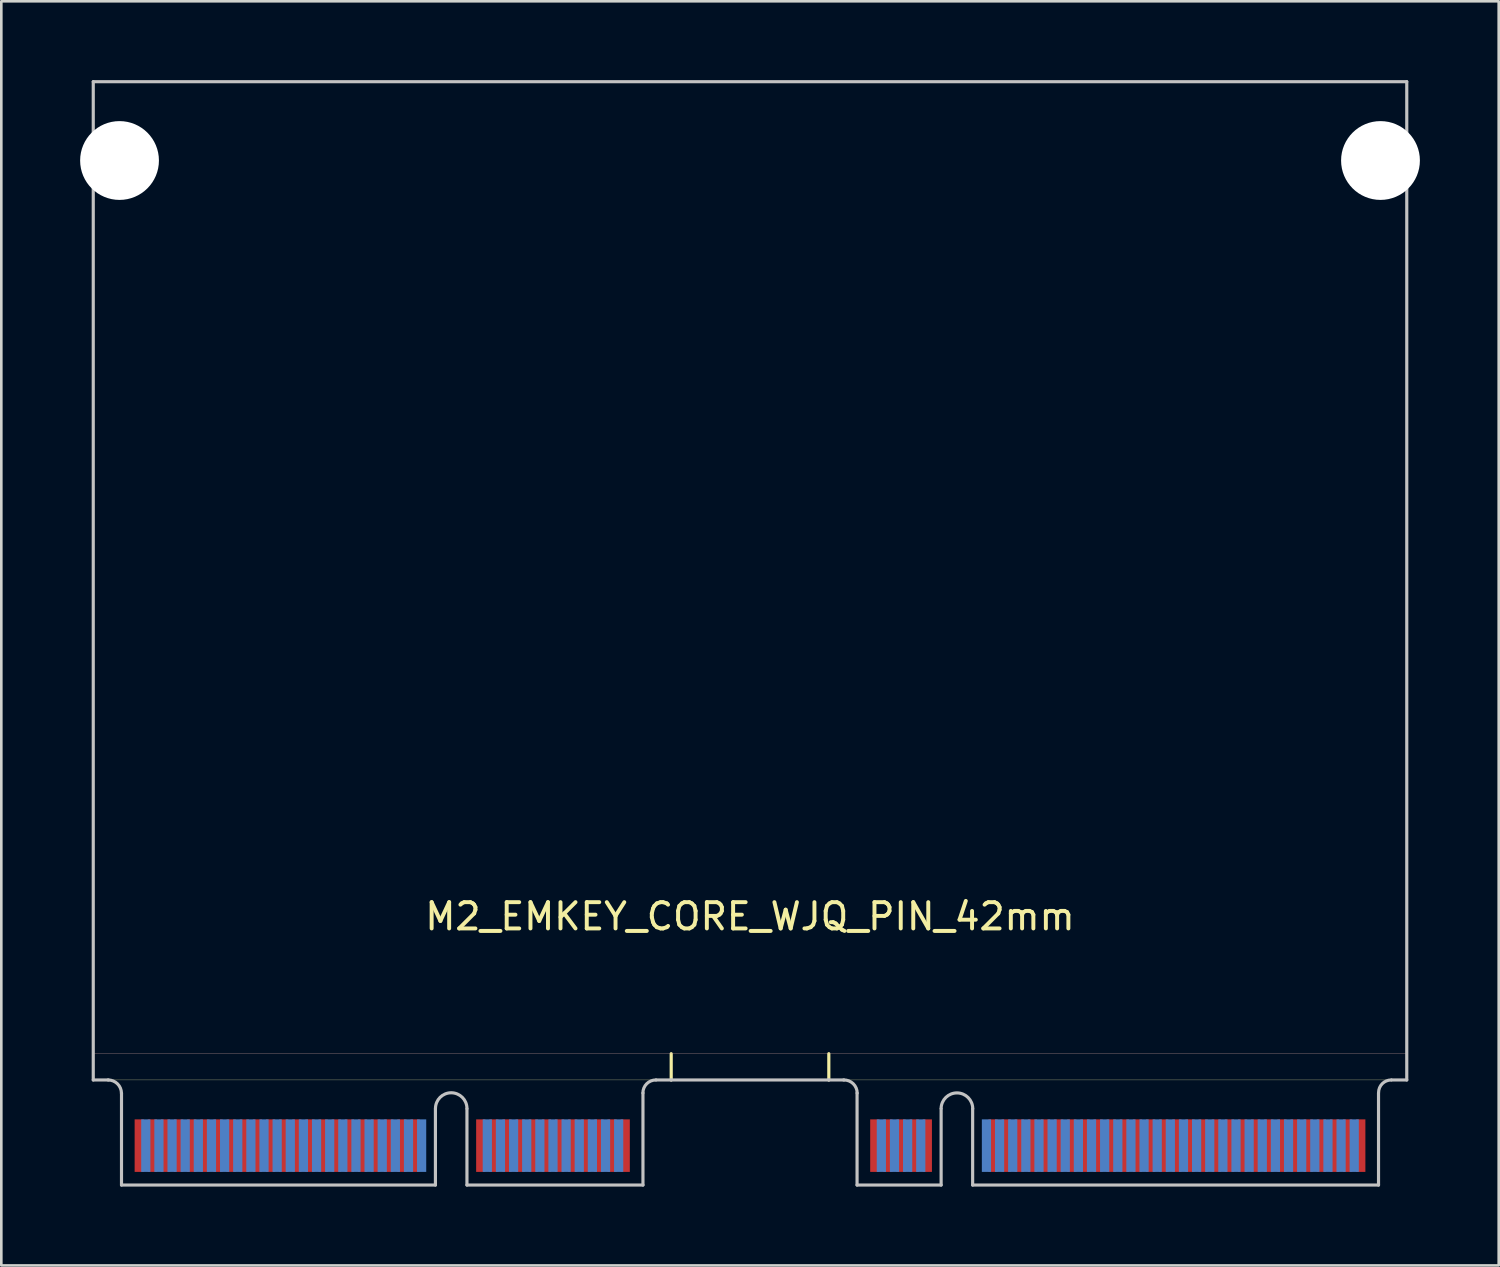
<source format=kicad_pcb>
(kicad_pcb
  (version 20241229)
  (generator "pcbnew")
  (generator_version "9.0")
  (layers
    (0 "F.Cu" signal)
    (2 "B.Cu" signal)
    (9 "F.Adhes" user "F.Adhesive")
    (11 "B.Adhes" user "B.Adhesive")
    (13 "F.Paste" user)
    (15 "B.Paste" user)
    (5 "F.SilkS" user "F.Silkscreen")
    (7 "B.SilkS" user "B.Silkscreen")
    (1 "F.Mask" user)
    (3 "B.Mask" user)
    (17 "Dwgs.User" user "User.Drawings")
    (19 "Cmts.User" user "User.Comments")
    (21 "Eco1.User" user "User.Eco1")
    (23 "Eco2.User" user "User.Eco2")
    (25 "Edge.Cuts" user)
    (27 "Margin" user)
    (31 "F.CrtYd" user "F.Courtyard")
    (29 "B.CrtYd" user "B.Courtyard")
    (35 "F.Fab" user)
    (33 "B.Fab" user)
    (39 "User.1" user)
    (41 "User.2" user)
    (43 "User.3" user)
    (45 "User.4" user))
  (footprint "M2_EMKEY_CORE_WJQ_PIN_42mm"
    (layer "F.Cu")
    (at 25.5 38.06)
    (property "Reference" "M2_EMKEY_CORE_WJQ_PIN_42mm" (at 0 -6.223 0) (layer "F.SilkS") (effects (font (size 1 1) (thickness 0.15))))
    (attr through_hole)
    (fp_line (start -3 0) (end -3 -1) (stroke (width 0.12) (type solid)) (layer "F.SilkS"))
    (fp_line (start 3 0) (end 3 -1) (stroke (width 0.12) (type solid)) (layer "F.SilkS"))
    (fp_line (start 25 0) (end -25 0) (stroke (width 0.01) (type solid)) (layer "F.SilkS"))
    (fp_line (start 25 -1) (end -25 -1) (stroke (width 0.01) (type solid)) (layer "B.SilkS"))
    (fp_line (start -25 -38) (end 25 -38) (stroke (width 0.12) (type solid)) (layer "Dwgs.User"))
    (fp_line (start -25 0) (end -25 -38) (stroke (width 0.12) (type solid)) (layer "Dwgs.User"))
    (fp_line (start -25 0) (end -24.425 0) (stroke (width 0.12) (type solid)) (layer "Dwgs.User"))
    (fp_line (start -23.925 0.5) (end -23.925 4) (stroke (width 0.12) (type solid)) (layer "Dwgs.User"))
    (fp_line (start -23.925 4) (end -11.975 4) (stroke (width 0.12) (type solid)) (layer "Dwgs.User"))
    (fp_line (start -11.975 4) (end -11.975 1.1) (stroke (width 0.12) (type solid)) (layer "Dwgs.User"))
    (fp_line (start -10.775 1.1) (end -10.775 4) (stroke (width 0.12) (type solid)) (layer "Dwgs.User"))
    (fp_line (start -10.775 4) (end -4.075 4) (stroke (width 0.12) (type solid)) (layer "Dwgs.User"))
    (fp_line (start -4.075 0.5) (end -4.075 4) (stroke (width 0.12) (type solid)) (layer "Dwgs.User"))
    (fp_line (start -3 0) (end -3.575 0) (stroke (width 0.12) (type solid)) (layer "Dwgs.User"))
    (fp_line (start -3 0) (end 3 0) (stroke (width 0.12) (type solid)) (layer "Dwgs.User"))
    (fp_line (start 3.575 0) (end 3 0) (stroke (width 0.12) (type solid)) (layer "Dwgs.User"))
    (fp_line (start 4.075 0.5) (end 4.075 4) (stroke (width 0.12) (type solid)) (layer "Dwgs.User"))
    (fp_line (start 4.075 4) (end 7.275 4) (stroke (width 0.12) (type solid)) (layer "Dwgs.User"))
    (fp_line (start 7.275 4) (end 7.275 1.1) (stroke (width 0.12) (type solid)) (layer "Dwgs.User"))
    (fp_line (start 8.475 4) (end 8.475 1.1) (stroke (width 0.12) (type solid)) (layer "Dwgs.User"))
    (fp_line (start 8.475 4) (end 23.925 4) (stroke (width 0.12) (type solid)) (layer "Dwgs.User"))
    (fp_line (start 23.925 0.5) (end 23.925 4) (stroke (width 0.12) (type solid)) (layer "Dwgs.User"))
    (fp_line (start 25 -38) (end 25 0) (stroke (width 0.12) (type solid)) (layer "Dwgs.User"))
    (fp_line (start 25 0) (end 24.425 0) (stroke (width 0.12) (type solid)) (layer "Dwgs.User"))
    (fp_arc (start -24.4348 0) (mid -24.07559 0.14879) (end -23.9268 0.508) (stroke (width 0.12) (type solid)) (layer "Dwgs.User"))
    (fp_arc (start -11.97356 1.08712) (mid -11.37412 0.48768) (end -10.77468 1.08712) (stroke (width 0.12) (type solid)) (layer "Dwgs.User"))
    (fp_arc (start -4.076699 0.495381) (mid -3.932407 0.144351) (end -3.581401 0.000001) (stroke (width 0.12) (type solid)) (layer "Dwgs.User"))
    (fp_arc (start 3.564016 0.00022) (mid 3.927395 0.141348) (end 4.07924 0.50038) (stroke (width 0.12) (type solid)) (layer "Dwgs.User"))
    (fp_arc (start 7.274692 1.079593) (mid 7.882844 0.490253) (end 8.47852 1.0922) (stroke (width 0.12) (type solid)) (layer "Dwgs.User"))
    (fp_arc (start 23.9268 0.4826) (mid 24.06815 0.14135) (end 24.4094 0) (stroke (width 0.12) (type solid)) (layer "Dwgs.User"))
    (pad "" np_thru_hole circle (at -24 -35) (size 3 3) (drill 3) (layers "*.Cu" "*.Mask"))
    (pad "" np_thru_hole circle (at 24 -35) (size 3 3) (drill 3) (layers "*.Cu" "*.Mask"))
    (pad "E1" smd rect (at -4.75 2.5) (size 0.35 2) (layers "F.Cu" "F.Mask" "F.Paste"))
    (pad "E2" smd rect (at -5 2.5) (size 0.35 2) (layers "B.Cu" "B.Mask" "B.Paste"))
    (pad "E3" smd rect (at -5.25 2.5) (size 0.35 2) (layers "F.Cu" "F.Mask" "F.Paste"))
    (pad "E4" smd rect (at -5.5 2.5) (size 0.35 2) (layers "B.Cu" "B.Mask" "B.Paste"))
    (pad "E5" smd rect (at -5.75 2.5) (size 0.35 2) (layers "F.Cu" "F.Mask" "F.Paste"))
    (pad "E6" smd rect (at -6 2.5) (size 0.35 2) (layers "B.Cu" "B.Mask" "B.Paste"))
    (pad "E7" smd rect (at -6.25 2.5) (size 0.35 2) (layers "F.Cu" "F.Mask" "F.Paste"))
    (pad "E8" smd rect (at -6.5 2.5) (size 0.35 2) (layers "B.Cu" "B.Mask" "B.Paste"))
    (pad "E9" smd rect (at -6.75 2.5) (size 0.35 2) (layers "F.Cu" "F.Mask" "F.Paste"))
    (pad "E10" smd rect (at -7 2.5) (size 0.35 2) (layers "B.Cu" "B.Mask" "B.Paste"))
    (pad "E11" smd rect (at -7.25 2.5) (size 0.35 2) (layers "F.Cu" "F.Mask" "F.Paste"))
    (pad "E12" smd rect (at -7.5 2.5) (size 0.35 2) (layers "B.Cu" "B.Mask" "B.Paste"))
    (pad "E13" smd rect (at -7.75 2.5) (size 0.35 2) (layers "F.Cu" "F.Mask" "F.Paste"))
    (pad "E14" smd rect (at -8 2.5) (size 0.35 2) (layers "B.Cu" "B.Mask" "B.Paste"))
    (pad "E15" smd rect (at -8.25 2.5) (size 0.35 2) (layers "F.Cu" "F.Mask" "F.Paste"))
    (pad "E16" smd rect (at -8.5 2.5) (size 0.35 2) (layers "B.Cu" "B.Mask" "B.Paste"))
    (pad "E17" smd rect (at -8.75 2.5) (size 0.35 2) (layers "F.Cu" "F.Mask" "F.Paste"))
    (pad "E18" smd rect (at -9 2.5) (size 0.35 2) (layers "B.Cu" "B.Mask" "B.Paste"))
    (pad "E19" smd rect (at -9.25 2.5) (size 0.35 2) (layers "F.Cu" "F.Mask" "F.Paste"))
    (pad "E20" smd rect (at -9.5 2.5) (size 0.35 2) (layers "B.Cu" "B.Mask" "B.Paste"))
    (pad "E21" smd rect (at -9.75 2.5) (size 0.35 2) (layers "F.Cu" "F.Mask" "F.Paste"))
    (pad "E22" smd rect (at -10 2.5) (size 0.35 2) (layers "B.Cu" "B.Mask" "B.Paste"))
    (pad "E23" smd rect (at -10.25 2.5) (size 0.35 2) (layers "F.Cu" "F.Mask" "F.Paste"))
    (pad "E32" smd rect (at -12.5 2.5) (size 0.35 2) (layers "B.Cu" "B.Mask" "B.Paste"))
    (pad "E33" smd rect (at -12.75 2.5) (size 0.35 2) (layers "F.Cu" "F.Mask" "F.Paste"))
    (pad "E34" smd rect (at -13 2.5) (size 0.35 2) (layers "B.Cu" "B.Mask" "B.Paste"))
    (pad "E35" smd rect (at -13.25 2.5) (size 0.35 2) (layers "F.Cu" "F.Mask" "F.Paste"))
    (pad "E36" smd rect (at -13.5 2.5) (size 0.35 2) (layers "B.Cu" "B.Mask" "B.Paste"))
    (pad "E37" smd rect (at -13.75 2.5) (size 0.35 2) (layers "F.Cu" "F.Mask" "F.Paste"))
    (pad "E38" smd rect (at -14 2.5) (size 0.35 2) (layers "B.Cu" "B.Mask" "B.Paste"))
    (pad "E39" smd rect (at -14.25 2.5) (size 0.35 2) (layers "F.Cu" "F.Mask" "F.Paste"))
    (pad "E40" smd rect (at -14.5 2.5) (size 0.35 2) (layers "B.Cu" "B.Mask" "B.Paste"))
    (pad "E41" smd rect (at -14.75 2.5) (size 0.35 2) (layers "F.Cu" "F.Mask" "F.Paste"))
    (pad "E42" smd rect (at -15 2.5) (size 0.35 2) (layers "B.Cu" "B.Mask" "B.Paste"))
    (pad "E43" smd rect (at -15.25 2.5) (size 0.35 2) (layers "F.Cu" "F.Mask" "F.Paste"))
    (pad "E44" smd rect (at -15.5 2.5) (size 0.35 2) (layers "B.Cu" "B.Mask" "B.Paste"))
    (pad "E45" smd rect (at -15.75 2.5) (size 0.35 2) (layers "F.Cu" "F.Mask" "F.Paste"))
    (pad "E46" smd rect (at -16 2.5) (size 0.35 2) (layers "B.Cu" "B.Mask" "B.Paste"))
    (pad "E47" smd rect (at -16.25 2.5) (size 0.35 2) (layers "F.Cu" "F.Mask" "F.Paste"))
    (pad "E48" smd rect (at -16.5 2.5) (size 0.35 2) (layers "B.Cu" "B.Mask" "B.Paste"))
    (pad "E49" smd rect (at -16.75 2.5) (size 0.35 2) (layers "F.Cu" "F.Mask" "F.Paste"))
    (pad "E50" smd rect (at -17 2.5) (size 0.35 2) (layers "B.Cu" "B.Mask" "B.Paste"))
    (pad "E51" smd rect (at -17.25 2.5) (size 0.35 2) (layers "F.Cu" "F.Mask" "F.Paste"))
    (pad "E52" smd rect (at -17.5 2.5) (size 0.35 2) (layers "B.Cu" "B.Mask" "B.Paste"))
    (pad "E53" smd rect (at -17.75 2.5) (size 0.35 2) (layers "F.Cu" "F.Mask" "F.Paste"))
    (pad "E54" smd rect (at -18 2.5) (size 0.35 2) (layers "B.Cu" "B.Mask" "B.Paste"))
    (pad "E55" smd rect (at -18.25 2.5) (size 0.35 2) (layers "F.Cu" "F.Mask" "F.Paste"))
    (pad "E56" smd rect (at -18.5 2.5) (size 0.35 2) (layers "B.Cu" "B.Mask" "B.Paste"))
    (pad "E57" smd rect (at -18.75 2.5) (size 0.35 2) (layers "F.Cu" "F.Mask" "F.Paste"))
    (pad "E58" smd rect (at -19 2.5) (size 0.35 2) (layers "B.Cu" "B.Mask" "B.Paste"))
    (pad "E59" smd rect (at -19.25 2.5) (size 0.35 2) (layers "F.Cu" "F.Mask" "F.Paste"))
    (pad "E60" smd rect (at -19.5 2.5) (size 0.35 2) (layers "B.Cu" "B.Mask" "B.Paste"))
    (pad "E61" smd rect (at -19.75 2.5) (size 0.35 2) (layers "F.Cu" "F.Mask" "F.Paste"))
    (pad "E62" smd rect (at -20 2.5) (size 0.35 2) (layers "B.Cu" "B.Mask" "B.Paste"))
    (pad "E63" smd rect (at -20.25 2.5) (size 0.35 2) (layers "F.Cu" "F.Mask" "F.Paste"))
    (pad "E64" smd rect (at -20.5 2.5) (size 0.35 2) (layers "B.Cu" "B.Mask" "B.Paste"))
    (pad "E65" smd rect (at -20.75 2.5) (size 0.35 2) (layers "F.Cu" "F.Mask" "F.Paste"))
    (pad "E66" smd rect (at -21 2.5) (size 0.35 2) (layers "B.Cu" "B.Mask" "B.Paste"))
    (pad "E67" smd rect (at -21.25 2.5) (size 0.35 2) (layers "F.Cu" "F.Mask" "F.Paste"))
    (pad "E68" smd rect (at -21.5 2.5) (size 0.35 2) (layers "B.Cu" "B.Mask" "B.Paste"))
    (pad "E69" smd rect (at -21.75 2.5) (size 0.35 2) (layers "F.Cu" "F.Mask" "F.Paste"))
    (pad "E70" smd rect (at -22 2.5) (size 0.35 2) (layers "B.Cu" "B.Mask" "B.Paste"))
    (pad "E71" smd rect (at -22.25 2.5) (size 0.35 2) (layers "F.Cu" "F.Mask" "F.Paste"))
    (pad "E72" smd rect (at -22.5 2.5) (size 0.35 2) (layers "B.Cu" "B.Mask" "B.Paste"))
    (pad "E73" smd rect (at -22.75 2.5) (size 0.35 2) (layers "F.Cu" "F.Mask" "F.Paste"))
    (pad "E74" smd rect (at -23 2.5) (size 0.35 2) (layers "B.Cu" "B.Mask" "B.Paste"))
    (pad "E75" smd rect (at -23.25 2.5) (size 0.35 2) (layers "F.Cu" "F.Mask" "F.Paste"))
    (pad "M1" smd rect (at 23.25 2.5) (size 0.35 2) (layers "F.Cu" "F.Mask" "F.Paste"))
    (pad "M2" smd rect (at 23 2.5) (size 0.35 2) (layers "B.Cu" "B.Mask" "B.Paste"))
    (pad "M3" smd rect (at 22.75 2.5) (size 0.35 2) (layers "F.Cu" "F.Mask" "F.Paste"))
    (pad "M4" smd rect (at 22.5 2.5) (size 0.35 2) (layers "B.Cu" "B.Mask" "B.Paste"))
    (pad "M5" smd rect (at 22.25 2.5) (size 0.35 2) (layers "F.Cu" "F.Mask" "F.Paste"))
    (pad "M6" smd rect (at 22 2.5) (size 0.35 2) (layers "B.Cu" "B.Mask" "B.Paste"))
    (pad "M7" smd rect (at 21.75 2.5) (size 0.35 2) (layers "F.Cu" "F.Mask" "F.Paste"))
    (pad "M8" smd rect (at 21.5 2.5) (size 0.35 2) (layers "B.Cu" "B.Mask" "B.Paste"))
    (pad "M9" smd rect (at 21.25 2.5) (size 0.35 2) (layers "F.Cu" "F.Mask" "F.Paste"))
    (pad "M10" smd rect (at 21 2.5) (size 0.35 2) (layers "B.Cu" "B.Mask" "B.Paste"))
    (pad "M11" smd rect (at 20.75 2.5) (size 0.35 2) (layers "F.Cu" "F.Mask" "F.Paste"))
    (pad "M12" smd rect (at 20.5 2.5) (size 0.35 2) (layers "B.Cu" "B.Mask" "B.Paste"))
    (pad "M13" smd rect (at 20.25 2.5) (size 0.35 2) (layers "F.Cu" "F.Mask" "F.Paste"))
    (pad "M14" smd rect (at 20 2.5) (size 0.35 2) (layers "B.Cu" "B.Mask" "B.Paste"))
    (pad "M15" smd rect (at 19.75 2.5) (size 0.35 2) (layers "F.Cu" "F.Mask" "F.Paste"))
    (pad "M16" smd rect (at 19.5 2.5) (size 0.35 2) (layers "B.Cu" "B.Mask" "B.Paste"))
    (pad "M17" smd rect (at 19.25 2.5) (size 0.35 2) (layers "F.Cu" "F.Mask" "F.Paste"))
    (pad "M18" smd rect (at 19 2.5) (size 0.35 2) (layers "B.Cu" "B.Mask" "B.Paste"))
    (pad "M19" smd rect (at 18.75 2.5) (size 0.35 2) (layers "F.Cu" "F.Mask" "F.Paste"))
    (pad "M20" smd rect (at 18.5 2.5) (size 0.35 2) (layers "B.Cu" "B.Mask" "B.Paste"))
    (pad "M21" smd rect (at 18.25 2.5) (size 0.35 2) (layers "F.Cu" "F.Mask" "F.Paste"))
    (pad "M22" smd rect (at 18 2.5) (size 0.35 2) (layers "B.Cu" "B.Mask" "B.Paste"))
    (pad "M23" smd rect (at 17.75 2.5) (size 0.35 2) (layers "F.Cu" "F.Mask" "F.Paste"))
    (pad "M24" smd rect (at 17.5 2.5) (size 0.35 2) (layers "B.Cu" "B.Mask" "B.Paste"))
    (pad "M25" smd rect (at 17.25 2.5) (size 0.35 2) (layers "F.Cu" "F.Mask" "F.Paste"))
    (pad "M26" smd rect (at 17 2.5) (size 0.35 2) (layers "B.Cu" "B.Mask" "B.Paste"))
    (pad "M27" smd rect (at 16.75 2.5) (size 0.35 2) (layers "F.Cu" "F.Mask" "F.Paste"))
    (pad "M28" smd rect (at 16.5 2.5) (size 0.35 2) (layers "B.Cu" "B.Mask" "B.Paste"))
    (pad "M29" smd rect (at 16.25 2.5) (size 0.35 2) (layers "F.Cu" "F.Mask" "F.Paste"))
    (pad "M30" smd rect (at 16 2.5) (size 0.35 2) (layers "B.Cu" "B.Mask" "B.Paste"))
    (pad "M31" smd rect (at 15.75 2.5) (size 0.35 2) (layers "F.Cu" "F.Mask" "F.Paste"))
    (pad "M32" smd rect (at 15.5 2.5) (size 0.35 2) (layers "B.Cu" "B.Mask" "B.Paste"))
    (pad "M33" smd rect (at 15.25 2.5) (size 0.35 2) (layers "F.Cu" "F.Mask" "F.Paste"))
    (pad "M34" smd rect (at 15 2.5) (size 0.35 2) (layers "B.Cu" "B.Mask" "B.Paste"))
    (pad "M35" smd rect (at 14.75 2.5) (size 0.35 2) (layers "F.Cu" "F.Mask" "F.Paste"))
    (pad "M36" smd rect (at 14.5 2.5) (size 0.35 2) (layers "B.Cu" "B.Mask" "B.Paste"))
    (pad "M37" smd rect (at 14.25 2.5) (size 0.35 2) (layers "F.Cu" "F.Mask" "F.Paste"))
    (pad "M38" smd rect (at 14 2.5) (size 0.35 2) (layers "B.Cu" "B.Mask" "B.Paste"))
    (pad "M39" smd rect (at 13.75 2.5) (size 0.35 2) (layers "F.Cu" "F.Mask" "F.Paste"))
    (pad "M40" smd rect (at 13.5 2.5) (size 0.35 2) (layers "B.Cu" "B.Mask" "B.Paste"))
    (pad "M41" smd rect (at 13.25 2.5) (size 0.35 2) (layers "F.Cu" "F.Mask" "F.Paste"))
    (pad "M42" smd rect (at 13 2.5) (size 0.35 2) (layers "B.Cu" "B.Mask" "B.Paste"))
    (pad "M43" smd rect (at 12.75 2.5) (size 0.35 2) (layers "F.Cu" "F.Mask" "F.Paste"))
    (pad "M44" smd rect (at 12.5 2.5) (size 0.35 2) (layers "B.Cu" "B.Mask" "B.Paste"))
    (pad "M45" smd rect (at 12.25 2.5) (size 0.35 2) (layers "F.Cu" "F.Mask" "F.Paste"))
    (pad "M46" smd rect (at 12 2.5) (size 0.35 2) (layers "B.Cu" "B.Mask" "B.Paste"))
    (pad "M47" smd rect (at 11.75 2.5) (size 0.35 2) (layers "F.Cu" "F.Mask" "F.Paste"))
    (pad "M48" smd rect (at 11.5 2.5) (size 0.35 2) (layers "B.Cu" "B.Mask" "B.Paste"))
    (pad "M49" smd rect (at 11.25 2.5) (size 0.35 2) (layers "F.Cu" "F.Mask" "F.Paste"))
    (pad "M50" smd rect (at 11 2.5) (size 0.35 2) (layers "B.Cu" "B.Mask" "B.Paste"))
    (pad "M51" smd rect (at 10.75 2.5) (size 0.35 2) (layers "F.Cu" "F.Mask" "F.Paste"))
    (pad "M52" smd rect (at 10.5 2.5) (size 0.35 2) (layers "B.Cu" "B.Mask" "B.Paste"))
    (pad "M53" smd rect (at 10.25 2.5) (size 0.35 2) (layers "F.Cu" "F.Mask" "F.Paste"))
    (pad "M54" smd rect (at 10 2.5) (size 0.35 2) (layers "B.Cu" "B.Mask" "B.Paste"))
    (pad "M55" smd rect (at 9.75 2.5) (size 0.35 2) (layers "F.Cu" "F.Mask" "F.Paste"))
    (pad "M56" smd rect (at 9.5 2.5) (size 0.35 2) (layers "B.Cu" "B.Mask" "B.Paste"))
    (pad "M57" smd rect (at 9.25 2.5) (size 0.35 2) (layers "F.Cu" "F.Mask" "F.Paste"))
    (pad "M58" smd rect (at 9 2.5) (size 0.35 2) (layers "B.Cu" "B.Mask" "B.Paste"))
    (pad "M67" smd rect (at 6.75 2.5) (size 0.35 2) (layers "F.Cu" "F.Mask" "F.Paste"))
    (pad "M68" smd rect (at 6.5 2.5) (size 0.35 2) (layers "B.Cu" "B.Mask" "B.Paste"))
    (pad "M69" smd rect (at 6.25 2.5) (size 0.35 2) (layers "F.Cu" "F.Mask" "F.Paste"))
    (pad "M70" smd rect (at 6 2.5) (size 0.35 2) (layers "B.Cu" "B.Mask" "B.Paste"))
    (pad "M71" smd rect (at 5.75 2.5) (size 0.35 2) (layers "F.Cu" "F.Mask" "F.Paste"))
    (pad "M72" smd rect (at 5.5 2.5) (size 0.35 2) (layers "B.Cu" "B.Mask" "B.Paste"))
    (pad "M73" smd rect (at 5.25 2.5) (size 0.35 2) (layers "F.Cu" "F.Mask" "F.Paste"))
    (pad "M74" smd rect (at 5 2.5) (size 0.35 2) (layers "B.Cu" "B.Mask" "B.Paste"))
    (pad "M75" smd rect (at 4.75 2.5) (size 0.35 2) (layers "F.Cu" "F.Mask" "F.Paste")))
  (gr_rect
    (start -3 -3)
    (end 54 45.12)
    (stroke (width 0.1) (type default))
    (fill no)
    (layer "Edge.Cuts")))
</source>
